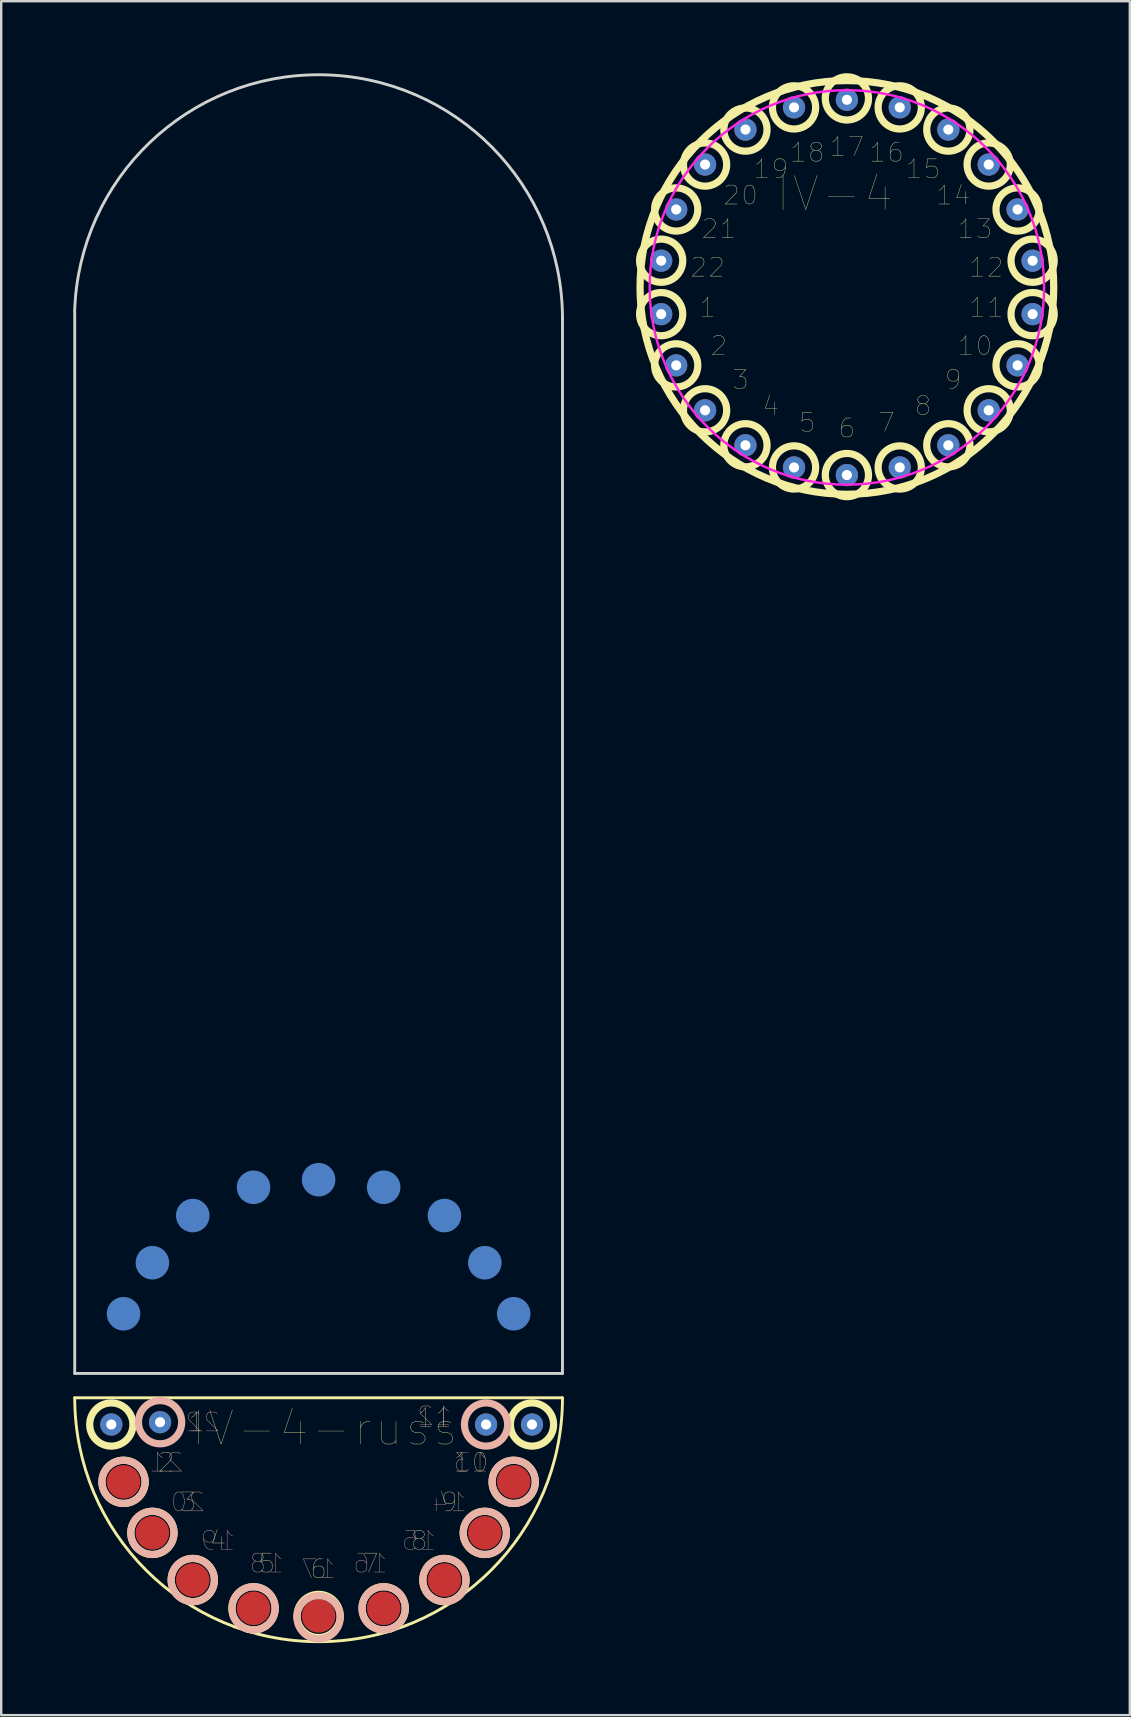
<source format=kicad_pcb>
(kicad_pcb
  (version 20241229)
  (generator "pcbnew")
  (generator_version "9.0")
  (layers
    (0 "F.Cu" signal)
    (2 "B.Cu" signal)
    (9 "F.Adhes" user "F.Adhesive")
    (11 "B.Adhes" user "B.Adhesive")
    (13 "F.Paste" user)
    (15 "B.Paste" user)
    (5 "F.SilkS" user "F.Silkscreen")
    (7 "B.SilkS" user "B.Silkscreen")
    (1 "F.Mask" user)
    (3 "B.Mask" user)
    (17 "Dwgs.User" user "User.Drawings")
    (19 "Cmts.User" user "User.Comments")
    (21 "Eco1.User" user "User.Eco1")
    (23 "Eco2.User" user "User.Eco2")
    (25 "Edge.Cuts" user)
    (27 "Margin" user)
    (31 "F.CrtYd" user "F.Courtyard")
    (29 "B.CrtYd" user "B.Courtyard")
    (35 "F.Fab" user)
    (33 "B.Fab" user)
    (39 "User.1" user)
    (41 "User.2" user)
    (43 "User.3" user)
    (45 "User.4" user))
  (footprint "IV-4-russ"
    (layer "F.Cu")
    (at 10.223 55.182)
    (property "Reference" "IV-4-russ" (at 0.254 1.27 0) (layer "F.SilkS") (effects (font (size 1.417 1.417) (thickness 0.015))))
    (attr through_hole)
    (fp_line (start -10.16 0) (end 10.16 0) (stroke (width 0.12) (type solid)) (layer "F.SilkS"))
    (fp_arc (start 10.16 0) (mid 0 10.16) (end -10.16 0) (stroke (width 0.12) (type solid)) (layer "F.SilkS"))
    (fp_circle (center -8.636 1.113) (end -7.736 1.113) (stroke (width 0.3) (type solid)) (fill no) (layer "F.SilkS"))
    (fp_circle (center -8.127 3.501) (end -7.227 3.501) (stroke (width 0.3) (type solid)) (fill no) (layer "F.SilkS"))
    (fp_circle (center -6.924 5.627) (end -6.024 5.627) (stroke (width 0.3) (type solid)) (fill no) (layer "F.SilkS"))
    (fp_circle (center -5.242 7.592) (end -4.342 7.592) (stroke (width 0.3) (type solid)) (fill no) (layer "F.SilkS"))
    (fp_circle (center -2.71 8.77) (end -1.81 8.77) (stroke (width 0.3) (type solid)) (fill no) (layer "F.SilkS"))
    (fp_circle (center 0 9.087) (end 0.9 9.087) (stroke (width 0.3) (type solid)) (fill no) (layer "F.SilkS"))
    (fp_circle (center 2.71 8.77) (end 3.61 8.77) (stroke (width 0.3) (type solid)) (fill no) (layer "F.SilkS"))
    (fp_circle (center 5.242 7.592) (end 6.142 7.592) (stroke (width 0.3) (type solid)) (fill no) (layer "F.SilkS"))
    (fp_circle (center 6.924 5.627) (end 7.824 5.627) (stroke (width 0.3) (type solid)) (fill no) (layer "F.SilkS"))
    (fp_circle (center 8.127 3.501) (end 9.027 3.501) (stroke (width 0.3) (type solid)) (fill no) (layer "F.SilkS"))
    (fp_circle (center 8.89 1.113) (end 9.79 1.113) (stroke (width 0.3) (type solid)) (fill no) (layer "F.SilkS"))
    (fp_circle (center -8.127 3.501) (end -7.227 3.501) (stroke (width 0.3) (type solid)) (fill no) (layer "B.SilkS"))
    (fp_circle (center -6.924 5.627) (end -6.024 5.627) (stroke (width 0.3) (type solid)) (fill no) (layer "B.SilkS"))
    (fp_circle (center -6.604 1.016) (end -5.704 1.016) (stroke (width 0.3) (type solid)) (fill no) (layer "B.SilkS"))
    (fp_circle (center -5.242 7.592) (end -4.342 7.592) (stroke (width 0.3) (type solid)) (fill no) (layer "B.SilkS"))
    (fp_circle (center -2.71 8.77) (end -1.81 8.77) (stroke (width 0.3) (type solid)) (fill no) (layer "B.SilkS"))
    (fp_circle (center 0 9.144) (end 0.9 9.144) (stroke (width 0.3) (type solid)) (fill no) (layer "B.SilkS"))
    (fp_circle (center 2.71 8.77) (end 3.61 8.77) (stroke (width 0.3) (type solid)) (fill no) (layer "B.SilkS"))
    (fp_circle (center 5.242 7.592) (end 6.142 7.592) (stroke (width 0.3) (type solid)) (fill no) (layer "B.SilkS"))
    (fp_circle (center 6.924 5.627) (end 7.824 5.627) (stroke (width 0.3) (type solid)) (fill no) (layer "B.SilkS"))
    (fp_circle (center 6.976 1.113) (end 7.875 1.113) (stroke (width 0.3) (type solid)) (fill no) (layer "B.SilkS"))
    (fp_circle (center 8.127 3.501) (end 9.027 3.501) (stroke (width 0.3) (type solid)) (fill no) (layer "B.SilkS"))
    (fp_line (start -10.16 -1.016) (end -10.16 -45.212) (stroke (width 0.12) (type solid)) (layer "Edge.Cuts"))
    (fp_line (start 10.16 -44.958) (end 10.16 -1.016) (stroke (width 0.12) (type solid)) (layer "Edge.Cuts"))
    (fp_line (start 10.16 -1.016) (end -10.16 -1.016) (stroke (width 0.12) (type solid)) (layer "Edge.Cuts"))
    (fp_arc (start -10.16345 -45.259525) (mid 0.146817 -55.120843) (end 10.16 -44.958) (stroke (width 0.12) (type solid)) (layer "Edge.Cuts"))
    (fp_text user "10" (at 6.349 2.689 0) (layer "F.SilkS") (effects (font (size 0.787 0.787) (thickness 0.015))))
    (fp_text user "5" (at -2.16 6.895 0) (layer "F.SilkS") (effects (font (size 0.787 0.787) (thickness 0.015))))
    (fp_text user "1" (at -5.08 1.016 0) (layer "F.SilkS") (effects (font (size 0.787 0.787) (thickness 0.015))))
    (fp_text user "11" (at 4.826 0.834 0) (layer "F.SilkS") (effects (font (size 0.787 0.787) (thickness 0.015))))
    (fp_text user "9" (at 5.447 4.347 0) (layer "F.SilkS") (effects (font (size 0.787 0.787) (thickness 0.015))))
    (fp_text user "2" (at -6.349 2.689 0) (layer "F.SilkS") (effects (font (size 0.787 0.787) (thickness 0.015))))
    (fp_text user "8" (at 4.186 5.948 0) (layer "F.SilkS") (effects (font (size 0.787 0.787) (thickness 0.015))))
    (fp_text user "4" (at -4.186 5.948 0) (layer "F.SilkS") (effects (font (size 0.787 0.787) (thickness 0.015))))
    (fp_text user "3" (at -5.447 4.347 0) (layer "F.SilkS") (effects (font (size 0.787 0.787) (thickness 0.015))))
    (fp_text user "7" (at 2.16 6.895 0) (layer "F.SilkS") (effects (font (size 0.787 0.787) (thickness 0.015))))
    (fp_text user "6" (at 0 7.133 0) (layer "F.SilkS") (effects (font (size 0.787 0.787) (thickness 0.015))))
    (fp_text user "22" (at -4.826 1.016 0) (layer "B.SilkS") (effects (font (size 0.787 0.787) (thickness 0.015)) (justify mirror)))
    (fp_text user "15" (at 4.186 5.948 0) (layer "B.SilkS") (effects (font (size 0.787 0.787) (thickness 0.015)) (justify mirror)))
    (fp_text user "14" (at 5.447 4.347 0) (layer "B.SilkS") (effects (font (size 0.787 0.787) (thickness 0.015)) (justify mirror)))
    (fp_text user "21" (at -6.349 2.689 0) (layer "B.SilkS") (effects (font (size 0.787 0.787) (thickness 0.015)) (justify mirror)))
    (fp_text user "16" (at 2.16 6.895 0) (layer "B.SilkS") (effects (font (size 0.787 0.787) (thickness 0.015)) (justify mirror)))
    (fp_text user "20" (at -5.447 4.347 0) (layer "B.SilkS") (effects (font (size 0.787 0.787) (thickness 0.015)) (justify mirror)))
    (fp_text user "12" (at 4.826 0.762 0) (layer "B.SilkS") (effects (font (size 0.787 0.787) (thickness 0.015)) (justify mirror)))
    (fp_text user "18" (at -2.16 6.895 0) (layer "B.SilkS") (effects (font (size 0.787 0.787) (thickness 0.015)) (justify mirror)))
    (fp_text user "13" (at 6.349 2.689 0) (layer "B.SilkS") (effects (font (size 0.787 0.787) (thickness 0.015)) (justify mirror)))
    (fp_text user "17" (at 0 7.133 0) (layer "B.SilkS") (effects (font (size 0.787 0.787) (thickness 0.015)) (justify mirror)))
    (fp_text user "19" (at -4.186 5.948 0) (layer "B.SilkS") (effects (font (size 0.787 0.787) (thickness 0.015)) (justify mirror)))
    (pad "1" thru_hole circle (at -8.636 1.113) (size 0.928 0.928) (drill 0.42) (layers "*.Cu" "*.Mask"))
    (pad "2" smd circle (at -8.127 3.501) (size 1.397 1.397) (layers "F.Cu" "F.Mask" "F.Paste"))
    (pad "3" smd circle (at -6.924 5.627) (size 1.397 1.397) (layers "F.Cu" "F.Mask" "F.Paste"))
    (pad "4" smd circle (at -5.242 7.592) (size 1.397 1.397) (layers "F.Cu" "F.Mask" "F.Paste"))
    (pad "5" smd circle (at -2.71 8.77) (size 1.397 1.397) (layers "F.Cu" "F.Mask" "F.Paste"))
    (pad "6" smd circle (at 0 9.087) (size 1.397 1.397) (layers "F.Cu" "F.Mask" "F.Paste"))
    (pad "7" smd circle (at 2.71 8.77) (size 1.397 1.397) (layers "F.Cu" "F.Mask" "F.Paste"))
    (pad "8" smd circle (at 5.242 7.592) (size 1.397 1.397) (layers "F.Cu" "F.Mask" "F.Paste"))
    (pad "9" smd circle (at 6.924 5.627) (size 1.397 1.397) (layers "F.Cu" "F.Mask" "F.Paste"))
    (pad "10" smd circle (at 8.127 3.501) (size 1.397 1.397) (layers "F.Cu" "F.Mask" "F.Paste"))
    (pad "11" thru_hole circle (at 6.976 1.113) (size 0.928 0.928) (drill 0.42) (layers "*.Cu" "*.Mask"))
    (pad "12" thru_hole circle (at 8.89 1.113) (size 0.928 0.928) (drill 0.42) (layers "*.Cu" "*.Mask"))
    (pad "13" smd circle (at 8.127 -3.501) (size 1.397 1.397) (layers "B.Cu" "B.Mask" "B.Paste"))
    (pad "14" smd circle (at 6.924 -5.627) (size 1.397 1.397) (layers "B.Cu" "B.Mask" "B.Paste"))
    (pad "15" smd circle (at 5.242 -7.592) (size 1.397 1.397) (layers "B.Cu" "B.Mask" "B.Paste"))
    (pad "16" smd circle (at 2.71 -8.77) (size 1.397 1.397) (layers "B.Cu" "B.Mask" "B.Paste"))
    (pad "17" smd circle (at 0 -9.087) (size 1.397 1.397) (layers "B.Cu" "B.Mask" "B.Paste"))
    (pad "18" smd circle (at -2.71 -8.77) (size 1.397 1.397) (layers "B.Cu" "B.Mask" "B.Paste"))
    (pad "19" smd circle (at -5.242 -7.592) (size 1.397 1.397) (layers "B.Cu" "B.Mask" "B.Paste"))
    (pad "20" smd circle (at -6.924 -5.627) (size 1.397 1.397) (layers "B.Cu" "B.Mask" "B.Paste"))
    (pad "21" smd circle (at -8.127 -3.501) (size 1.397 1.397) (layers "B.Cu" "B.Mask" "B.Paste"))
    (pad "22" thru_hole circle (at -6.604 1.016) (size 0.928 0.928) (drill 0.42) (layers "*.Cu" "*.Mask")))
  (footprint "IV-4"
    (layer "F.Cu")
    (at 32.231 8.924)
    (property "Reference" "IV-4" (at -0.5 -3.9 0) (layer "F.SilkS") (effects (font (size 1.417 1.417) (thickness 0.015))))
    (attr through_hole)
    (fp_circle (center -7.737 -1.113) (end -6.838 -1.113) (stroke (width 0.3) (type solid)) (fill no) (layer "F.SilkS"))
    (fp_circle (center -7.737 1.113) (end -6.838 1.113) (stroke (width 0.3) (type solid)) (fill no) (layer "F.SilkS"))
    (fp_circle (center -7.111 -3.247) (end -6.211 -3.247) (stroke (width 0.3) (type solid)) (fill no) (layer "F.SilkS"))
    (fp_circle (center -7.111 3.247) (end -6.211 3.247) (stroke (width 0.3) (type solid)) (fill no) (layer "F.SilkS"))
    (fp_circle (center -5.908 -5.119) (end -5.008 -5.119) (stroke (width 0.3) (type solid)) (fill no) (layer "F.SilkS"))
    (fp_circle (center -5.908 5.119) (end -5.008 5.119) (stroke (width 0.3) (type solid)) (fill no) (layer "F.SilkS"))
    (fp_circle (center -4.226 -6.576) (end -3.326 -6.576) (stroke (width 0.3) (type solid)) (fill no) (layer "F.SilkS"))
    (fp_circle (center -4.226 6.576) (end -3.326 6.576) (stroke (width 0.3) (type solid)) (fill no) (layer "F.SilkS"))
    (fp_circle (center -2.202 -7.5) (end -1.302 -7.5) (stroke (width 0.3) (type solid)) (fill no) (layer "F.SilkS"))
    (fp_circle (center -2.202 7.5) (end -1.302 7.5) (stroke (width 0.3) (type solid)) (fill no) (layer "F.SilkS"))
    (fp_circle (center 0 -7.874) (end 0.9 -7.874) (stroke (width 0.3) (type solid)) (fill no) (layer "F.SilkS"))
    (fp_circle (center 0 0) (end 8.617 0) (stroke (width 0.3) (type solid)) (fill no) (layer "F.SilkS"))
    (fp_circle (center 0 7.817) (end 0.9 7.817) (stroke (width 0.3) (type solid)) (fill no) (layer "F.SilkS"))
    (fp_circle (center 2.202 -7.5) (end 3.102 -7.5) (stroke (width 0.3) (type solid)) (fill no) (layer "F.SilkS"))
    (fp_circle (center 2.202 7.5) (end 3.102 7.5) (stroke (width 0.3) (type solid)) (fill no) (layer "F.SilkS"))
    (fp_circle (center 4.226 -6.576) (end 5.126 -6.576) (stroke (width 0.3) (type solid)) (fill no) (layer "F.SilkS"))
    (fp_circle (center 4.226 6.576) (end 5.126 6.576) (stroke (width 0.3) (type solid)) (fill no) (layer "F.SilkS"))
    (fp_circle (center 5.908 -5.119) (end 6.808 -5.119) (stroke (width 0.3) (type solid)) (fill no) (layer "F.SilkS"))
    (fp_circle (center 5.908 5.119) (end 6.808 5.119) (stroke (width 0.3) (type solid)) (fill no) (layer "F.SilkS"))
    (fp_circle (center 7.111 -3.247) (end 8.011 -3.247) (stroke (width 0.3) (type solid)) (fill no) (layer "F.SilkS"))
    (fp_circle (center 7.111 3.247) (end 8.011 3.247) (stroke (width 0.3) (type solid)) (fill no) (layer "F.SilkS"))
    (fp_circle (center 7.737 -1.113) (end 8.637 -1.113) (stroke (width 0.3) (type solid)) (fill no) (layer "F.SilkS"))
    (fp_circle (center 7.737 1.113) (end 8.637 1.113) (stroke (width 0.3) (type solid)) (fill no) (layer "F.SilkS"))
    (fp_circle (center 0 0) (end 8.217 0) (stroke (width 0.1) (type solid)) (fill no) (layer "F.CrtYd"))
    (fp_text user "22" (at -5.803 -0.834 0) (layer "F.SilkS") (effects (font (size 0.787 0.787) (thickness 0.015))))
    (fp_text user "4" (at -3.17 4.932 0) (layer "F.SilkS") (effects (font (size 0.787 0.787) (thickness 0.015))))
    (fp_text user "11" (at 5.803 0.834 0) (layer "F.SilkS") (effects (font (size 0.787 0.787) (thickness 0.015))))
    (fp_text user "8" (at 3.17 4.932 0) (layer "F.SilkS") (effects (font (size 0.787 0.787) (thickness 0.015))))
    (fp_text user "14" (at 4.431 -3.839 0) (layer "F.SilkS") (effects (font (size 0.787 0.787) (thickness 0.015))))
    (fp_text user "20" (at -4.431 -3.839 0) (layer "F.SilkS") (effects (font (size 0.787 0.787) (thickness 0.015))))
    (fp_text user "5" (at -1.652 5.625 0) (layer "F.SilkS") (effects (font (size 0.787 0.787) (thickness 0.015))))
    (fp_text user "13" (at 5.333 -2.436 0) (layer "F.SilkS") (effects (font (size 0.787 0.787) (thickness 0.015))))
    (fp_text user "21" (at -5.333 -2.436 0) (layer "F.SilkS") (effects (font (size 0.787 0.787) (thickness 0.015))))
    (fp_text user "19" (at -3.17 -4.932 0) (layer "F.SilkS") (effects (font (size 0.787 0.787) (thickness 0.015))))
    (fp_text user "12" (at 5.803 -0.834 0) (layer "F.SilkS") (effects (font (size 0.787 0.787) (thickness 0.015))))
    (fp_text user "16" (at 1.652 -5.625 0) (layer "F.SilkS") (effects (font (size 0.787 0.787) (thickness 0.015))))
    (fp_text user "18" (at -1.652 -5.625 0) (layer "F.SilkS") (effects (font (size 0.787 0.787) (thickness 0.015))))
    (fp_text user "10" (at 5.333 2.436 0) (layer "F.SilkS") (effects (font (size 0.787 0.787) (thickness 0.015))))
    (fp_text user "9" (at 4.431 3.839 0) (layer "F.SilkS") (effects (font (size 0.787 0.787) (thickness 0.015))))
    (fp_text user "15" (at 3.17 -4.932 0) (layer "F.SilkS") (effects (font (size 0.787 0.787) (thickness 0.015))))
    (fp_text user "1" (at -5.803 0.834 0) (layer "F.SilkS") (effects (font (size 0.787 0.787) (thickness 0.015))))
    (fp_text user "17" (at 0 -5.863 0) (layer "F.SilkS") (effects (font (size 0.787 0.787) (thickness 0.015))))
    (fp_text user "3" (at -4.431 3.839 0) (layer "F.SilkS") (effects (font (size 0.787 0.787) (thickness 0.015))))
    (fp_text user "6" (at 0 5.863 0) (layer "F.SilkS") (effects (font (size 0.787 0.787) (thickness 0.015))))
    (fp_text user "2" (at -5.333 2.436 0) (layer "F.SilkS") (effects (font (size 0.787 0.787) (thickness 0.015))))
    (fp_text user "7" (at 1.652 5.625 0) (layer "F.SilkS") (effects (font (size 0.787 0.787) (thickness 0.015))))
    (pad "1" thru_hole circle (at -7.737 1.113) (size 0.928 0.928) (drill 0.42) (layers "*.Cu" "*.Mask"))
    (pad "2" thru_hole circle (at -7.111 3.247) (size 0.928 0.928) (drill 0.42) (layers "*.Cu" "*.Mask"))
    (pad "3" thru_hole circle (at -5.908 5.119) (size 0.928 0.928) (drill 0.42) (layers "*.Cu" "*.Mask"))
    (pad "4" thru_hole circle (at -4.226 6.576) (size 0.928 0.928) (drill 0.42) (layers "*.Cu" "*.Mask"))
    (pad "5" thru_hole circle (at -2.202 7.5) (size 0.928 0.928) (drill 0.42) (layers "*.Cu" "*.Mask"))
    (pad "6" thru_hole circle (at 0 7.817) (size 0.928 0.928) (drill 0.42) (layers "*.Cu" "*.Mask"))
    (pad "7" thru_hole circle (at 2.202 7.5) (size 0.928 0.928) (drill 0.42) (layers "*.Cu" "*.Mask"))
    (pad "8" thru_hole circle (at 4.226 6.576) (size 0.928 0.928) (drill 0.42) (layers "*.Cu" "*.Mask"))
    (pad "9" thru_hole circle (at 5.908 5.119) (size 0.928 0.928) (drill 0.42) (layers "*.Cu" "*.Mask"))
    (pad "10" thru_hole circle (at 7.111 3.247) (size 0.928 0.928) (drill 0.42) (layers "*.Cu" "*.Mask"))
    (pad "11" thru_hole circle (at 7.737 1.113) (size 0.928 0.928) (drill 0.42) (layers "*.Cu" "*.Mask"))
    (pad "12" thru_hole circle (at 7.737 -1.113) (size 0.928 0.928) (drill 0.42) (layers "*.Cu" "*.Mask"))
    (pad "13" thru_hole circle (at 7.111 -3.247) (size 0.928 0.928) (drill 0.42) (layers "*.Cu" "*.Mask"))
    (pad "14" thru_hole circle (at 5.908 -5.119) (size 0.928 0.928) (drill 0.42) (layers "*.Cu" "*.Mask"))
    (pad "15" thru_hole circle (at 4.226 -6.576) (size 0.928 0.928) (drill 0.42) (layers "*.Cu" "*.Mask"))
    (pad "16" thru_hole circle (at 2.202 -7.5) (size 0.928 0.928) (drill 0.42) (layers "*.Cu" "*.Mask"))
    (pad "17" thru_hole circle (at 0 -7.817) (size 0.928 0.928) (drill 0.42) (layers "*.Cu" "*.Mask"))
    (pad "18" thru_hole circle (at -2.202 -7.5) (size 0.928 0.928) (drill 0.42) (layers "*.Cu" "*.Mask"))
    (pad "19" thru_hole circle (at -4.226 -6.576) (size 0.928 0.928) (drill 0.42) (layers "*.Cu" "*.Mask"))
    (pad "20" thru_hole circle (at -5.908 -5.119) (size 0.928 0.928) (drill 0.42) (layers "*.Cu" "*.Mask"))
    (pad "21" thru_hole circle (at -7.111 -3.247) (size 0.928 0.928) (drill 0.42) (layers "*.Cu" "*.Mask"))
    (pad "22" thru_hole circle (at -7.737 -1.113) (size 0.928 0.928) (drill 0.42) (layers "*.Cu" "*.Mask")))
  (gr_rect
    (start -3 -3)
    (end 44.018 68.402)
    (stroke (width 0.1) (type default))
    (fill no)
    (layer "Edge.Cuts")))
</source>
